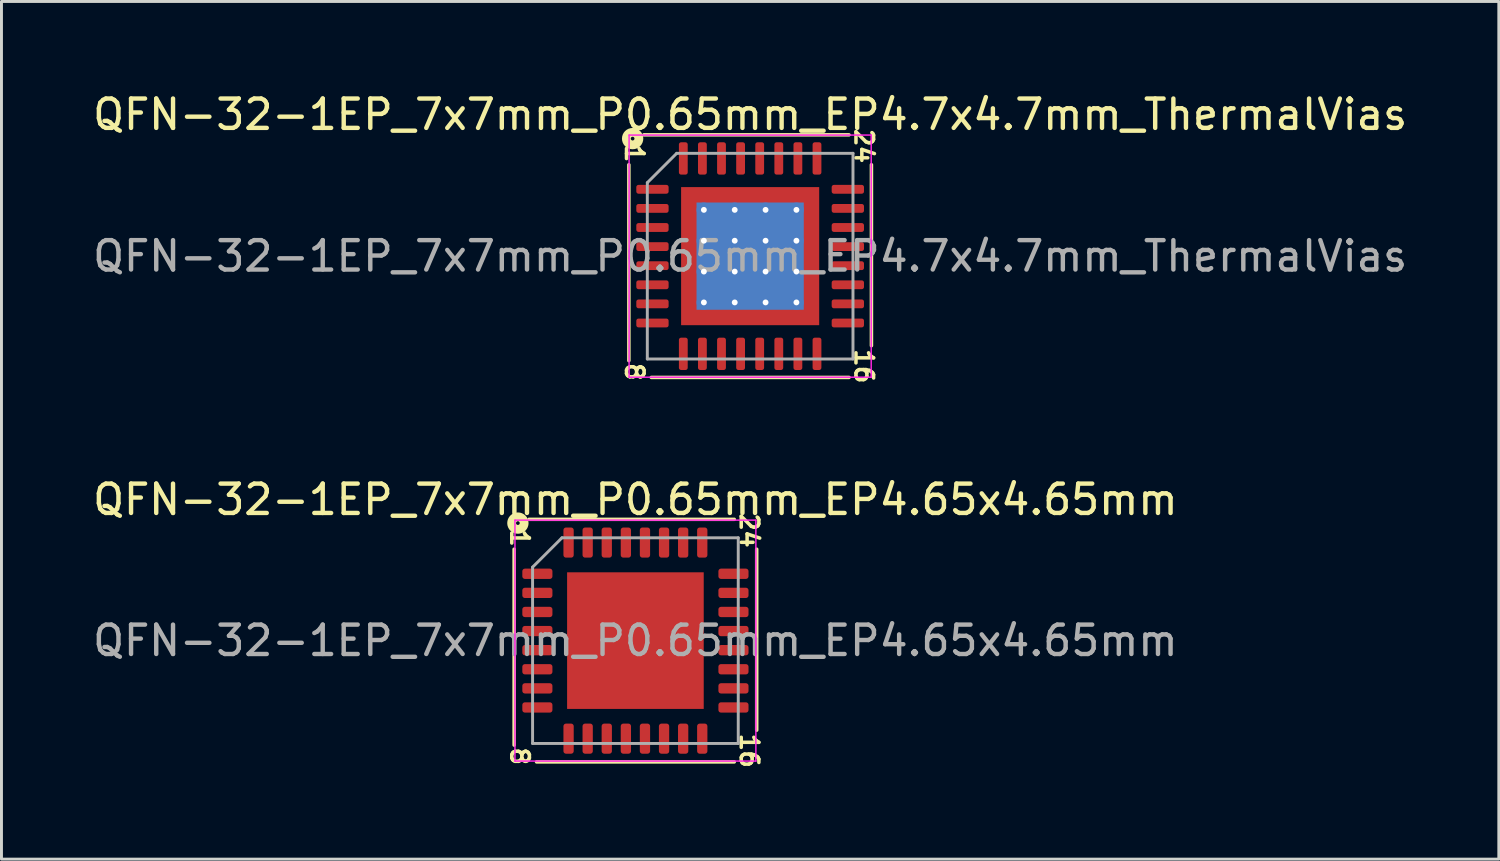
<source format=kicad_pcb>
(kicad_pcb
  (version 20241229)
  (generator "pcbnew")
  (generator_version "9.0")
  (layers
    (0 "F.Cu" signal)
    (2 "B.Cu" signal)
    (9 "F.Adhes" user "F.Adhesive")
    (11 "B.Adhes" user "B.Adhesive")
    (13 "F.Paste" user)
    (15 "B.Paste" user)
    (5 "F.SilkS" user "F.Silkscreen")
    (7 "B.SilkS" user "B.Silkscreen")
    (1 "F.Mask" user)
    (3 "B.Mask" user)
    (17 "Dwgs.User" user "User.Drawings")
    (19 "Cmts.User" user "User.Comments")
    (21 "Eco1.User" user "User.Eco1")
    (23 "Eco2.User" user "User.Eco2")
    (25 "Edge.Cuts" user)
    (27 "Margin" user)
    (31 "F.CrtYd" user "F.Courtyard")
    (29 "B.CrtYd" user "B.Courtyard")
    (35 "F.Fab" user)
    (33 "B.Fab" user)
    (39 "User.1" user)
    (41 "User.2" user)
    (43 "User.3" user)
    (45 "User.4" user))
  (footprint "QFN-32-1EP_7x7mm_P0.65mm_EP4.7x4.7mm_ThermalVias"
    (layer "F.Cu")
    (at 22.482 5.668)
    (property "Reference" "QFN-32-1EP_7x7mm_P0.65mm_EP4.7x4.7mm_ThermalVias" (at 0 -4.82 0) (layer "F.SilkS") (effects (font (size 1 1) (thickness 0.15))))
    (attr smd)
    (fp_line (start -4.128 -3.111) (end -4.128 3.556) (stroke (width 0.12) (type solid)) (layer "F.SilkS"))
    (fp_line (start -3.365 4.128) (end 3.365 4.128) (stroke (width 0.12) (type solid)) (layer "F.SilkS"))
    (fp_line (start 3.365 -4.128) (end -3.619 -4.128) (stroke (width 0.12) (type solid)) (layer "F.SilkS"))
    (fp_line (start 4.128 3.048) (end 4.128 -3.111) (stroke (width 0.12) (type solid)) (layer "F.SilkS"))
    (fp_circle (center -4 -4) (end -3.937 -4) (stroke (width 0.3) (type solid)) (fill no) (layer "F.SilkS"))
    (fp_line (start -4.12 -4.12) (end -4.12 4.12) (stroke (width 0.05) (type solid)) (layer "F.CrtYd"))
    (fp_line (start -4.12 4.12) (end 4.12 4.12) (stroke (width 0.05) (type solid)) (layer "F.CrtYd"))
    (fp_line (start 4.12 -4.12) (end -4.12 -4.12) (stroke (width 0.05) (type solid)) (layer "F.CrtYd"))
    (fp_line (start 4.12 4.12) (end 4.12 -4.12) (stroke (width 0.05) (type solid)) (layer "F.CrtYd"))
    (fp_line (start -3.5 -2.5) (end -2.5 -3.5) (stroke (width 0.1) (type solid)) (layer "F.Fab"))
    (fp_line (start -3.5 3.5) (end -3.5 -2.5) (stroke (width 0.1) (type solid)) (layer "F.Fab"))
    (fp_line (start -2.5 -3.5) (end 3.5 -3.5) (stroke (width 0.1) (type solid)) (layer "F.Fab"))
    (fp_line (start 3.5 -3.5) (end 3.5 3.5) (stroke (width 0.1) (type solid)) (layer "F.Fab"))
    (fp_line (start 3.5 3.5) (end -3.5 3.5) (stroke (width 0.1) (type solid)) (layer "F.Fab"))
    (fp_text user "8" (at -3.937 3.937 270) (unlocked yes) (layer "F.SilkS") (effects (font (size 0.6 0.6) (thickness 0.12))))
    (fp_text user "1" (at -3.937 -3.493 270) (unlocked yes) (layer "F.SilkS") (effects (font (size 0.6 0.6) (thickness 0.12))))
    (fp_text user "24" (at 3.873 -3.747 270) (unlocked yes) (layer "F.SilkS") (effects (font (size 0.6 0.6) (thickness 0.12))))
    (fp_text user "16" (at 3.873 3.747 270) (unlocked yes) (layer "F.SilkS") (effects (font (size 0.6 0.6) (thickness 0.12))))
    (fp_text user "${REFERENCE}" (at 0 0 0) (layer "F.Fab") (effects (font (size 1 1) (thickness 0.15))))
    (pad "" smd custom (at -1.962 -1.962) (size 0.531 0.531) (layers "F.Paste") (options (anchor circle)) (primitives (gr_poly (pts (xy 0.219 0.141) (xy 0.141 0.219) (xy -0.219 0.219) (xy -0.219 -0.219) (xy 0.219 -0.219)) (width 0.188) (fill yes))))
    (pad "" smd custom (at -1.962 -1.05) (size 0.55 0.55) (layers "F.Paste") (options (anchor circle)) (primitives (gr_poly (pts (xy 0.237 -0.286) (xy 0.237 0.286) (xy 0.175 0.348) (xy -0.237 0.348) (xy -0.237 -0.348) (xy 0.175 -0.348)) (width 0.15) (fill yes))))
    (pad "" smd custom (at -1.962 0) (size 0.55 0.55) (layers "F.Paste") (options (anchor circle)) (primitives (gr_poly (pts (xy 0.237 -0.286) (xy 0.237 0.286) (xy 0.175 0.348) (xy -0.237 0.348) (xy -0.237 -0.348) (xy 0.175 -0.348)) (width 0.15) (fill yes))))
    (pad "" smd custom (at -1.962 1.05) (size 0.55 0.55) (layers "F.Paste") (options (anchor circle)) (primitives (gr_poly (pts (xy 0.237 -0.286) (xy 0.237 0.286) (xy 0.175 0.348) (xy -0.237 0.348) (xy -0.237 -0.348) (xy 0.175 -0.348)) (width 0.15) (fill yes))))
    (pad "" smd custom (at -1.962 1.962) (size 0.531 0.531) (layers "F.Paste") (options (anchor circle)) (primitives (gr_poly (pts (xy 0.219 -0.141) (xy 0.219 0.219) (xy -0.219 0.219) (xy -0.219 -0.219) (xy 0.141 -0.219)) (width 0.188) (fill yes))))
    (pad "" smd custom (at -1.05 -1.962) (size 0.55 0.55) (layers "F.Paste") (options (anchor circle)) (primitives (gr_poly (pts (xy 0.348 0.175) (xy 0.286 0.237) (xy -0.286 0.237) (xy -0.348 0.175) (xy -0.348 -0.237) (xy 0.348 -0.237)) (width 0.15) (fill yes))))
    (pad "" smd roundrect (at -1.05 -1.05) (size 0.847 0.847) (layers "F.Paste") (roundrect_rratio 0.25))
    (pad "" smd roundrect (at -1.05 0) (size 0.847 0.847) (layers "F.Paste") (roundrect_rratio 0.25))
    (pad "" smd roundrect (at -1.05 1.05) (size 0.847 0.847) (layers "F.Paste") (roundrect_rratio 0.25))
    (pad "" smd custom (at -1.05 1.962) (size 0.55 0.55) (layers "F.Paste") (options (anchor circle)) (primitives (gr_poly (pts (xy 0.348 -0.175) (xy 0.348 0.237) (xy -0.348 0.237) (xy -0.348 -0.175) (xy -0.286 -0.237) (xy 0.286 -0.237)) (width 0.15) (fill yes))))
    (pad "" smd custom (at 0 -1.962) (size 0.55 0.55) (layers "F.Paste") (options (anchor circle)) (primitives (gr_poly (pts (xy 0.348 0.175) (xy 0.286 0.237) (xy -0.286 0.237) (xy -0.348 0.175) (xy -0.348 -0.237) (xy 0.348 -0.237)) (width 0.15) (fill yes))))
    (pad "" smd roundrect (at 0 -1.05) (size 0.847 0.847) (layers "F.Paste") (roundrect_rratio 0.25))
    (pad "" smd roundrect (at 0 0) (size 0.847 0.847) (layers "F.Paste") (roundrect_rratio 0.25))
    (pad "" smd roundrect (at 0 1.05) (size 0.847 0.847) (layers "F.Paste") (roundrect_rratio 0.25))
    (pad "" smd custom (at 0 1.962) (size 0.55 0.55) (layers "F.Paste") (options (anchor circle)) (primitives (gr_poly (pts (xy 0.348 -0.175) (xy 0.348 0.237) (xy -0.348 0.237) (xy -0.348 -0.175) (xy -0.286 -0.237) (xy 0.286 -0.237)) (width 0.15) (fill yes))))
    (pad "" smd custom (at 1.05 -1.962) (size 0.55 0.55) (layers "F.Paste") (options (anchor circle)) (primitives (gr_poly (pts (xy 0.348 0.175) (xy 0.286 0.237) (xy -0.286 0.237) (xy -0.348 0.175) (xy -0.348 -0.237) (xy 0.348 -0.237)) (width 0.15) (fill yes))))
    (pad "" smd roundrect (at 1.05 -1.05) (size 0.847 0.847) (layers "F.Paste") (roundrect_rratio 0.25))
    (pad "" smd roundrect (at 1.05 0) (size 0.847 0.847) (layers "F.Paste") (roundrect_rratio 0.25))
    (pad "" smd roundrect (at 1.05 1.05) (size 0.847 0.847) (layers "F.Paste") (roundrect_rratio 0.25))
    (pad "" smd custom (at 1.05 1.962) (size 0.55 0.55) (layers "F.Paste") (options (anchor circle)) (primitives (gr_poly (pts (xy 0.348 -0.175) (xy 0.348 0.237) (xy -0.348 0.237) (xy -0.348 -0.175) (xy -0.286 -0.237) (xy 0.286 -0.237)) (width 0.15) (fill yes))))
    (pad "" smd custom (at 1.962 -1.962) (size 0.531 0.531) (layers "F.Paste") (options (anchor circle)) (primitives (gr_poly (pts (xy 0.219 0.219) (xy -0.141 0.219) (xy -0.219 0.141) (xy -0.219 -0.219) (xy 0.219 -0.219)) (width 0.188) (fill yes))))
    (pad "" smd custom (at 1.962 -1.05) (size 0.55 0.55) (layers "F.Paste") (options (anchor circle)) (primitives (gr_poly (pts (xy 0.237 0.348) (xy -0.175 0.348) (xy -0.237 0.286) (xy -0.237 -0.286) (xy -0.175 -0.348) (xy 0.237 -0.348)) (width 0.15) (fill yes))))
    (pad "" smd custom (at 1.962 0) (size 0.55 0.55) (layers "F.Paste") (options (anchor circle)) (primitives (gr_poly (pts (xy 0.237 0.348) (xy -0.175 0.348) (xy -0.237 0.286) (xy -0.237 -0.286) (xy -0.175 -0.348) (xy 0.237 -0.348)) (width 0.15) (fill yes))))
    (pad "" smd custom (at 1.962 1.05) (size 0.55 0.55) (layers "F.Paste") (options (anchor circle)) (primitives (gr_poly (pts (xy 0.237 0.348) (xy -0.175 0.348) (xy -0.237 0.286) (xy -0.237 -0.286) (xy -0.175 -0.348) (xy 0.237 -0.348)) (width 0.15) (fill yes))))
    (pad "" smd custom (at 1.962 1.962) (size 0.531 0.531) (layers "F.Paste") (options (anchor circle)) (primitives (gr_poly (pts (xy 0.219 0.219) (xy -0.219 0.219) (xy -0.219 -0.141) (xy -0.141 -0.219) (xy 0.219 -0.219)) (width 0.188) (fill yes))))
    (pad "1" smd roundrect (at -3.325 -2.275) (size 1.1 0.3) (layers "F.Cu" "F.Mask" "F.Paste") (roundrect_rratio 0.25))
    (pad "2" smd roundrect (at -3.325 -1.625) (size 1.1 0.3) (layers "F.Cu" "F.Mask" "F.Paste") (roundrect_rratio 0.25))
    (pad "3" smd roundrect (at -3.325 -0.975) (size 1.1 0.3) (layers "F.Cu" "F.Mask" "F.Paste") (roundrect_rratio 0.25))
    (pad "4" smd roundrect (at -3.325 -0.325) (size 1.1 0.3) (layers "F.Cu" "F.Mask" "F.Paste") (roundrect_rratio 0.25))
    (pad "5" smd roundrect (at -3.325 0.325) (size 1.1 0.3) (layers "F.Cu" "F.Mask" "F.Paste") (roundrect_rratio 0.25))
    (pad "6" smd roundrect (at -3.325 0.975) (size 1.1 0.3) (layers "F.Cu" "F.Mask" "F.Paste") (roundrect_rratio 0.25))
    (pad "7" smd roundrect (at -3.325 1.625) (size 1.1 0.3) (layers "F.Cu" "F.Mask" "F.Paste") (roundrect_rratio 0.25))
    (pad "8" smd roundrect (at -3.325 2.275) (size 1.1 0.3) (layers "F.Cu" "F.Mask" "F.Paste") (roundrect_rratio 0.25))
    (pad "9" smd roundrect (at -2.275 3.325) (size 0.3 1.1) (layers "F.Cu" "F.Mask" "F.Paste") (roundrect_rratio 0.25))
    (pad "10" smd roundrect (at -1.625 3.325) (size 0.3 1.1) (layers "F.Cu" "F.Mask" "F.Paste") (roundrect_rratio 0.25))
    (pad "11" smd roundrect (at -0.975 3.325) (size 0.3 1.1) (layers "F.Cu" "F.Mask" "F.Paste") (roundrect_rratio 0.25))
    (pad "12" smd roundrect (at -0.325 3.325) (size 0.3 1.1) (layers "F.Cu" "F.Mask" "F.Paste") (roundrect_rratio 0.25))
    (pad "13" smd roundrect (at 0.325 3.325) (size 0.3 1.1) (layers "F.Cu" "F.Mask" "F.Paste") (roundrect_rratio 0.25))
    (pad "14" smd roundrect (at 0.975 3.325) (size 0.3 1.1) (layers "F.Cu" "F.Mask" "F.Paste") (roundrect_rratio 0.25))
    (pad "15" smd roundrect (at 1.625 3.325) (size 0.3 1.1) (layers "F.Cu" "F.Mask" "F.Paste") (roundrect_rratio 0.25))
    (pad "16" smd roundrect (at 2.275 3.325) (size 0.3 1.1) (layers "F.Cu" "F.Mask" "F.Paste") (roundrect_rratio 0.25))
    (pad "17" smd roundrect (at 3.325 2.275) (size 1.1 0.3) (layers "F.Cu" "F.Mask" "F.Paste") (roundrect_rratio 0.25))
    (pad "18" smd roundrect (at 3.325 1.625) (size 1.1 0.3) (layers "F.Cu" "F.Mask" "F.Paste") (roundrect_rratio 0.25))
    (pad "19" smd roundrect (at 3.325 0.975) (size 1.1 0.3) (layers "F.Cu" "F.Mask" "F.Paste") (roundrect_rratio 0.25))
    (pad "20" smd roundrect (at 3.325 0.325) (size 1.1 0.3) (layers "F.Cu" "F.Mask" "F.Paste") (roundrect_rratio 0.25))
    (pad "21" smd roundrect (at 3.325 -0.325) (size 1.1 0.3) (layers "F.Cu" "F.Mask" "F.Paste") (roundrect_rratio 0.25))
    (pad "22" smd roundrect (at 3.325 -0.975) (size 1.1 0.3) (layers "F.Cu" "F.Mask" "F.Paste") (roundrect_rratio 0.25))
    (pad "23" smd roundrect (at 3.325 -1.625) (size 1.1 0.3) (layers "F.Cu" "F.Mask" "F.Paste") (roundrect_rratio 0.25))
    (pad "24" smd roundrect (at 3.325 -2.275) (size 1.1 0.3) (layers "F.Cu" "F.Mask" "F.Paste") (roundrect_rratio 0.25))
    (pad "25" smd roundrect (at 2.275 -3.325) (size 0.3 1.1) (layers "F.Cu" "F.Mask" "F.Paste") (roundrect_rratio 0.25))
    (pad "26" smd roundrect (at 1.625 -3.325) (size 0.3 1.1) (layers "F.Cu" "F.Mask" "F.Paste") (roundrect_rratio 0.25))
    (pad "27" smd roundrect (at 0.975 -3.325) (size 0.3 1.1) (layers "F.Cu" "F.Mask" "F.Paste") (roundrect_rratio 0.25))
    (pad "28" smd roundrect (at 0.325 -3.325) (size 0.3 1.1) (layers "F.Cu" "F.Mask" "F.Paste") (roundrect_rratio 0.25))
    (pad "29" smd roundrect (at -0.325 -3.325) (size 0.3 1.1) (layers "F.Cu" "F.Mask" "F.Paste") (roundrect_rratio 0.25))
    (pad "30" smd roundrect (at -0.975 -3.325) (size 0.3 1.1) (layers "F.Cu" "F.Mask" "F.Paste") (roundrect_rratio 0.25))
    (pad "31" smd roundrect (at -1.625 -3.325) (size 0.3 1.1) (layers "F.Cu" "F.Mask" "F.Paste") (roundrect_rratio 0.25))
    (pad "32" smd roundrect (at -2.275 -3.325) (size 0.3 1.1) (layers "F.Cu" "F.Mask" "F.Paste") (roundrect_rratio 0.25))
    (pad "33" thru_hole circle (at -1.575 -1.575) (size 0.5 0.5) (drill 0.2) (layers "*.Cu"))
    (pad "33" thru_hole circle (at -1.575 -0.525) (size 0.5 0.5) (drill 0.2) (layers "*.Cu"))
    (pad "33" thru_hole circle (at -1.575 0.525) (size 0.5 0.5) (drill 0.2) (layers "*.Cu"))
    (pad "33" thru_hole circle (at -1.575 1.575) (size 0.5 0.5) (drill 0.2) (layers "*.Cu"))
    (pad "33" thru_hole circle (at -0.525 -1.575) (size 0.5 0.5) (drill 0.2) (layers "*.Cu"))
    (pad "33" thru_hole circle (at -0.525 -0.525) (size 0.5 0.5) (drill 0.2) (layers "*.Cu"))
    (pad "33" thru_hole circle (at -0.525 0.525) (size 0.5 0.5) (drill 0.2) (layers "*.Cu"))
    (pad "33" thru_hole circle (at -0.525 1.575) (size 0.5 0.5) (drill 0.2) (layers "*.Cu"))
    (pad "33" smd rect (at 0 0) (size 3.65 3.65) (layers "B.Cu" "B.Mask"))
    (pad "33" smd rect (at 0 0) (size 4.7 4.7) (layers "F.Cu" "F.Mask"))
    (pad "33" thru_hole circle (at 0.525 -1.575) (size 0.5 0.5) (drill 0.2) (layers "*.Cu"))
    (pad "33" thru_hole circle (at 0.525 -0.525) (size 0.5 0.5) (drill 0.2) (layers "*.Cu"))
    (pad "33" thru_hole circle (at 0.525 0.525) (size 0.5 0.5) (drill 0.2) (layers "*.Cu"))
    (pad "33" thru_hole circle (at 0.525 1.575) (size 0.5 0.5) (drill 0.2) (layers "*.Cu"))
    (pad "33" thru_hole circle (at 1.575 -1.575) (size 0.5 0.5) (drill 0.2) (layers "*.Cu"))
    (pad "33" thru_hole circle (at 1.575 -0.525) (size 0.5 0.5) (drill 0.2) (layers "*.Cu"))
    (pad "33" thru_hole circle (at 1.575 0.525) (size 0.5 0.5) (drill 0.2) (layers "*.Cu"))
    (pad "33" thru_hole circle (at 1.575 1.575) (size 0.5 0.5) (drill 0.2) (layers "*.Cu")))
  (footprint "QFN-32-1EP_7x7mm_P0.65mm_EP4.65x4.65mm"
    (layer "F.Cu")
    (at 18.577 18.754)
    (property "Reference" "QFN-32-1EP_7x7mm_P0.65mm_EP4.65x4.65mm" (at 0 -4.8 0) (layer "F.SilkS") (effects (font (size 1 1) (thickness 0.15))))
    (attr smd)
    (fp_line (start -4.128 -3.111) (end -4.128 3.556) (stroke (width 0.12) (type solid)) (layer "F.SilkS"))
    (fp_line (start -3.365 4.128) (end 3.365 4.128) (stroke (width 0.12) (type solid)) (layer "F.SilkS"))
    (fp_line (start 3.365 -4.128) (end -3.619 -4.128) (stroke (width 0.12) (type solid)) (layer "F.SilkS"))
    (fp_line (start 4.128 3.048) (end 4.128 -3.111) (stroke (width 0.12) (type solid)) (layer "F.SilkS"))
    (fp_circle (center -4 -4) (end -3.937 -4) (stroke (width 0.3) (type solid)) (fill no) (layer "F.SilkS"))
    (fp_line (start -4.1 -4.1) (end -4.1 4.1) (stroke (width 0.05) (type solid)) (layer "F.CrtYd"))
    (fp_line (start -4.1 4.1) (end 4.1 4.1) (stroke (width 0.05) (type solid)) (layer "F.CrtYd"))
    (fp_line (start 4.1 -4.1) (end -4.1 -4.1) (stroke (width 0.05) (type solid)) (layer "F.CrtYd"))
    (fp_line (start 4.1 4.1) (end 4.1 -4.1) (stroke (width 0.05) (type solid)) (layer "F.CrtYd"))
    (fp_line (start -3.5 -2.5) (end -2.5 -3.5) (stroke (width 0.1) (type solid)) (layer "F.Fab"))
    (fp_line (start -3.5 3.5) (end -3.5 -2.5) (stroke (width 0.1) (type solid)) (layer "F.Fab"))
    (fp_line (start -2.5 -3.5) (end 3.5 -3.5) (stroke (width 0.1) (type solid)) (layer "F.Fab"))
    (fp_line (start 3.5 -3.5) (end 3.5 3.5) (stroke (width 0.1) (type solid)) (layer "F.Fab"))
    (fp_line (start 3.5 3.5) (end -3.5 3.5) (stroke (width 0.1) (type solid)) (layer "F.Fab"))
    (fp_text user "8" (at -3.937 3.937 270) (unlocked yes) (layer "F.SilkS") (effects (font (size 0.6 0.6) (thickness 0.12))))
    (fp_text user "1" (at -3.937 -3.493 270) (unlocked yes) (layer "F.SilkS") (effects (font (size 0.6 0.6) (thickness 0.12))))
    (fp_text user "24" (at 3.873 -3.747 270) (unlocked yes) (layer "F.SilkS") (effects (font (size 0.6 0.6) (thickness 0.12))))
    (fp_text user "16" (at 3.873 3.747 270) (unlocked yes) (layer "F.SilkS") (effects (font (size 0.6 0.6) (thickness 0.12))))
    (fp_text user "${REFERENCE}" (at 0 0 0) (layer "F.Fab") (effects (font (size 1 1) (thickness 0.15))))
    (pad "" smd roundrect (at -1.74 -1.74) (size 0.94 0.94) (layers "F.Paste") (roundrect_rratio 0.25))
    (pad "" smd roundrect (at -1.74 -0.58) (size 0.94 0.94) (layers "F.Paste") (roundrect_rratio 0.25))
    (pad "" smd roundrect (at -1.74 0.58) (size 0.94 0.94) (layers "F.Paste") (roundrect_rratio 0.25))
    (pad "" smd roundrect (at -1.74 1.74) (size 0.94 0.94) (layers "F.Paste") (roundrect_rratio 0.25))
    (pad "" smd roundrect (at -0.58 -1.74) (size 0.94 0.94) (layers "F.Paste") (roundrect_rratio 0.25))
    (pad "" smd roundrect (at -0.58 -0.58) (size 0.94 0.94) (layers "F.Paste") (roundrect_rratio 0.25))
    (pad "" smd roundrect (at -0.58 0.58) (size 0.94 0.94) (layers "F.Paste") (roundrect_rratio 0.25))
    (pad "" smd roundrect (at -0.58 1.74) (size 0.94 0.94) (layers "F.Paste") (roundrect_rratio 0.25))
    (pad "" smd roundrect (at 0.58 -1.74) (size 0.94 0.94) (layers "F.Paste") (roundrect_rratio 0.25))
    (pad "" smd roundrect (at 0.58 -0.58) (size 0.94 0.94) (layers "F.Paste") (roundrect_rratio 0.25))
    (pad "" smd roundrect (at 0.58 0.58) (size 0.94 0.94) (layers "F.Paste") (roundrect_rratio 0.25))
    (pad "" smd roundrect (at 0.58 1.74) (size 0.94 0.94) (layers "F.Paste") (roundrect_rratio 0.25))
    (pad "" smd roundrect (at 1.74 -1.74) (size 0.94 0.94) (layers "F.Paste") (roundrect_rratio 0.25))
    (pad "" smd roundrect (at 1.74 -0.58) (size 0.94 0.94) (layers "F.Paste") (roundrect_rratio 0.25))
    (pad "" smd roundrect (at 1.74 0.58) (size 0.94 0.94) (layers "F.Paste") (roundrect_rratio 0.25))
    (pad "" smd roundrect (at 1.74 1.74) (size 0.94 0.94) (layers "F.Paste") (roundrect_rratio 0.25))
    (pad "1" smd roundrect (at -3.337 -2.275) (size 1.025 0.35) (layers "F.Cu" "F.Mask" "F.Paste") (roundrect_rratio 0.25))
    (pad "2" smd roundrect (at -3.337 -1.625) (size 1.025 0.35) (layers "F.Cu" "F.Mask" "F.Paste") (roundrect_rratio 0.25))
    (pad "3" smd roundrect (at -3.337 -0.975) (size 1.025 0.35) (layers "F.Cu" "F.Mask" "F.Paste") (roundrect_rratio 0.25))
    (pad "4" smd roundrect (at -3.337 -0.325) (size 1.025 0.35) (layers "F.Cu" "F.Mask" "F.Paste") (roundrect_rratio 0.25))
    (pad "5" smd roundrect (at -3.337 0.325) (size 1.025 0.35) (layers "F.Cu" "F.Mask" "F.Paste") (roundrect_rratio 0.25))
    (pad "6" smd roundrect (at -3.337 0.975) (size 1.025 0.35) (layers "F.Cu" "F.Mask" "F.Paste") (roundrect_rratio 0.25))
    (pad "7" smd roundrect (at -3.337 1.625) (size 1.025 0.35) (layers "F.Cu" "F.Mask" "F.Paste") (roundrect_rratio 0.25))
    (pad "8" smd roundrect (at -3.337 2.275) (size 1.025 0.35) (layers "F.Cu" "F.Mask" "F.Paste") (roundrect_rratio 0.25))
    (pad "9" smd roundrect (at -2.275 3.337) (size 0.35 1.025) (layers "F.Cu" "F.Mask" "F.Paste") (roundrect_rratio 0.25))
    (pad "10" smd roundrect (at -1.625 3.337) (size 0.35 1.025) (layers "F.Cu" "F.Mask" "F.Paste") (roundrect_rratio 0.25))
    (pad "11" smd roundrect (at -0.975 3.337) (size 0.35 1.025) (layers "F.Cu" "F.Mask" "F.Paste") (roundrect_rratio 0.25))
    (pad "12" smd roundrect (at -0.325 3.337) (size 0.35 1.025) (layers "F.Cu" "F.Mask" "F.Paste") (roundrect_rratio 0.25))
    (pad "13" smd roundrect (at 0.325 3.337) (size 0.35 1.025) (layers "F.Cu" "F.Mask" "F.Paste") (roundrect_rratio 0.25))
    (pad "14" smd roundrect (at 0.975 3.337) (size 0.35 1.025) (layers "F.Cu" "F.Mask" "F.Paste") (roundrect_rratio 0.25))
    (pad "15" smd roundrect (at 1.625 3.337) (size 0.35 1.025) (layers "F.Cu" "F.Mask" "F.Paste") (roundrect_rratio 0.25))
    (pad "16" smd roundrect (at 2.275 3.337) (size 0.35 1.025) (layers "F.Cu" "F.Mask" "F.Paste") (roundrect_rratio 0.25))
    (pad "17" smd roundrect (at 3.337 2.275) (size 1.025 0.35) (layers "F.Cu" "F.Mask" "F.Paste") (roundrect_rratio 0.25))
    (pad "18" smd roundrect (at 3.337 1.625) (size 1.025 0.35) (layers "F.Cu" "F.Mask" "F.Paste") (roundrect_rratio 0.25))
    (pad "19" smd roundrect (at 3.337 0.975) (size 1.025 0.35) (layers "F.Cu" "F.Mask" "F.Paste") (roundrect_rratio 0.25))
    (pad "20" smd roundrect (at 3.337 0.325) (size 1.025 0.35) (layers "F.Cu" "F.Mask" "F.Paste") (roundrect_rratio 0.25))
    (pad "21" smd roundrect (at 3.337 -0.325) (size 1.025 0.35) (layers "F.Cu" "F.Mask" "F.Paste") (roundrect_rratio 0.25))
    (pad "22" smd roundrect (at 3.337 -0.975) (size 1.025 0.35) (layers "F.Cu" "F.Mask" "F.Paste") (roundrect_rratio 0.25))
    (pad "23" smd roundrect (at 3.337 -1.625) (size 1.025 0.35) (layers "F.Cu" "F.Mask" "F.Paste") (roundrect_rratio 0.25))
    (pad "24" smd roundrect (at 3.337 -2.275) (size 1.025 0.35) (layers "F.Cu" "F.Mask" "F.Paste") (roundrect_rratio 0.25))
    (pad "25" smd roundrect (at 2.275 -3.337) (size 0.35 1.025) (layers "F.Cu" "F.Mask" "F.Paste") (roundrect_rratio 0.25))
    (pad "26" smd roundrect (at 1.625 -3.337) (size 0.35 1.025) (layers "F.Cu" "F.Mask" "F.Paste") (roundrect_rratio 0.25))
    (pad "27" smd roundrect (at 0.975 -3.337) (size 0.35 1.025) (layers "F.Cu" "F.Mask" "F.Paste") (roundrect_rratio 0.25))
    (pad "28" smd roundrect (at 0.325 -3.337) (size 0.35 1.025) (layers "F.Cu" "F.Mask" "F.Paste") (roundrect_rratio 0.25))
    (pad "29" smd roundrect (at -0.325 -3.337) (size 0.35 1.025) (layers "F.Cu" "F.Mask" "F.Paste") (roundrect_rratio 0.25))
    (pad "30" smd roundrect (at -0.975 -3.337) (size 0.35 1.025) (layers "F.Cu" "F.Mask" "F.Paste") (roundrect_rratio 0.25))
    (pad "31" smd roundrect (at -1.625 -3.337) (size 0.35 1.025) (layers "F.Cu" "F.Mask" "F.Paste") (roundrect_rratio 0.25))
    (pad "32" smd roundrect (at -2.275 -3.337) (size 0.35 1.025) (layers "F.Cu" "F.Mask" "F.Paste") (roundrect_rratio 0.25))
    (pad "33" smd rect (at 0 0) (size 4.65 4.65) (layers "F.Cu" "F.Mask")))
  (gr_rect
    (start -3 -3)
    (end 47.964 26.192)
    (stroke (width 0.1) (type default))
    (fill no)
    (layer "Edge.Cuts")))
</source>
